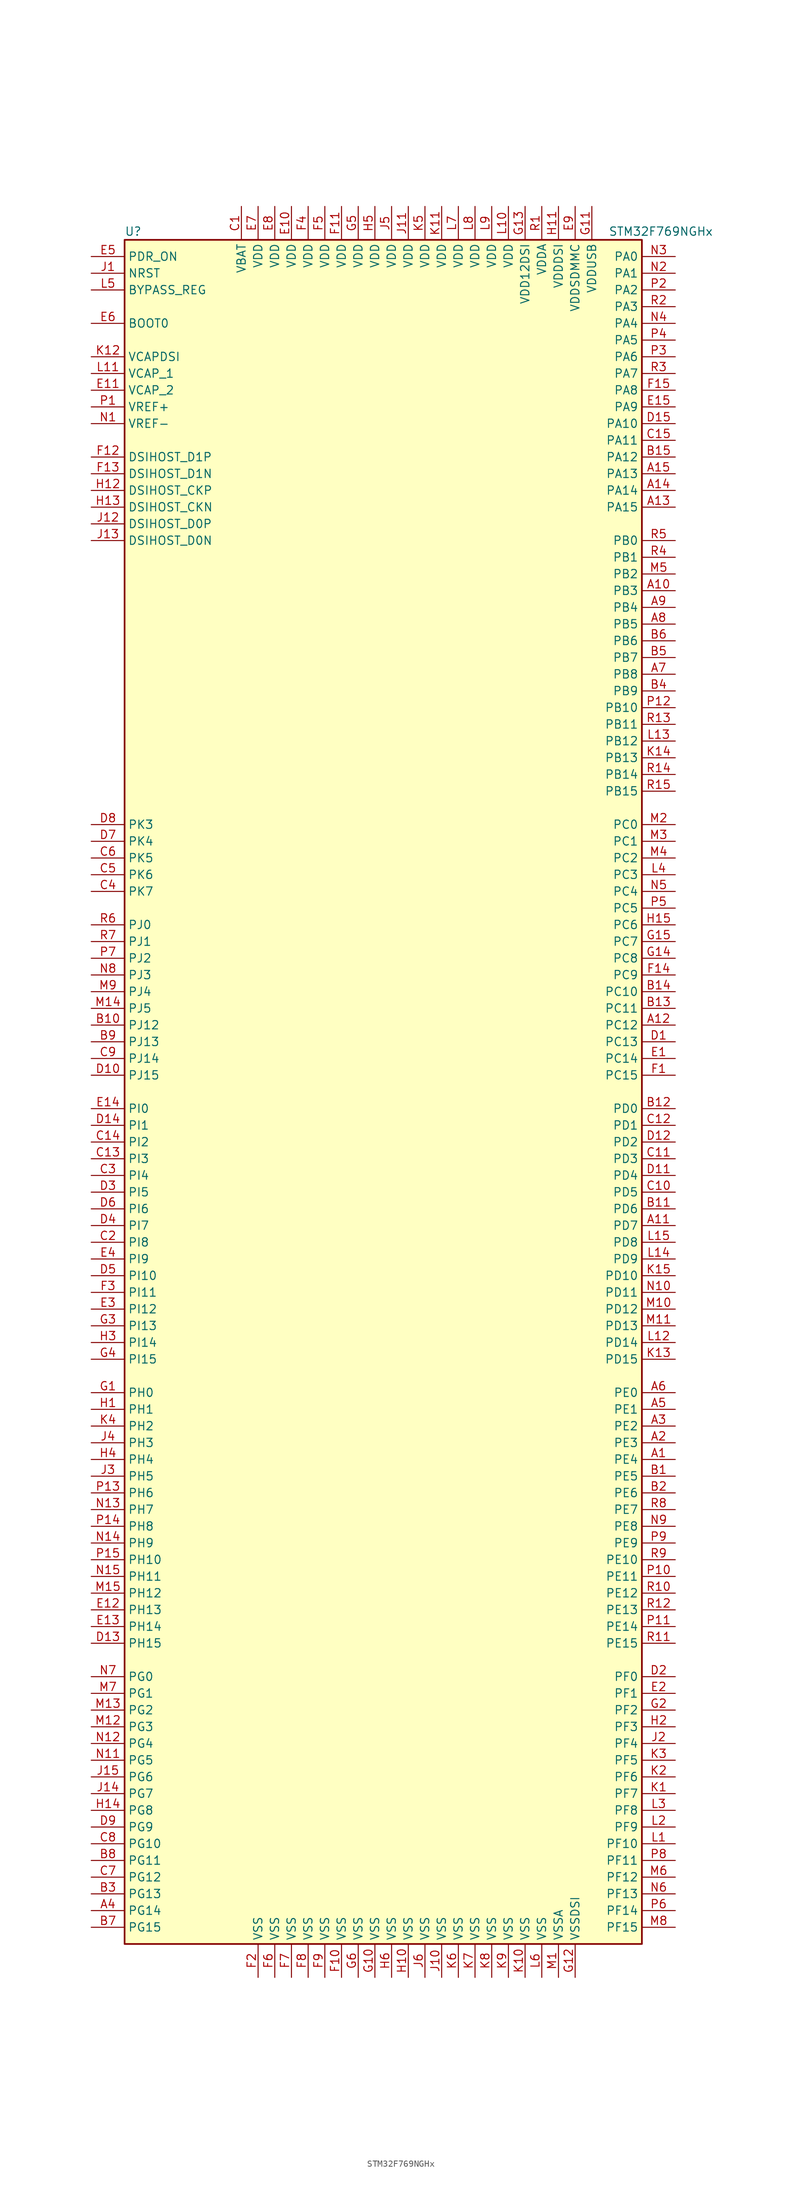
<source format=kicad_sym>
(kicad_symbol_lib
  (version 20201005)
  (generator kicad_symbol_editor)
  (symbol "MCU_ST_STM32F7:STM32F769NGHx"
    (property "Reference" "U"
      (at -40.64 130.81 0)
      (effects (font (size 1.27 1.27)) (justify left)))
    (property "Value" "STM32F769NGHx"
      (at 33.02 130.81 0)
      (effects (font (size 1.27 1.27)) (justify left)))
    (symbol "STM32F769NGHx_0_1"
      (rectangle (start -40.64 -129.54) (end 38.1 129.54) (stroke (width 0.254)) (fill (type background))))
    (symbol "STM32F769NGHx_1_1"
      (pin input line (at -45.72 116.84 0) (length 5.08) (name "BOOT0" (effects (font (size 1.27 1.27)))) (number "E6" (effects (font (size 1.27 1.27)))))
      (pin input line (at -45.72 121.92 0) (length 5.08) (name "BYPASS_REG" (effects (font (size 1.27 1.27)))) (number "L5" (effects (font (size 1.27 1.27)))))
      (pin bidirectional line (at -45.72 88.9 0) (length 5.08) (name "DSIHOST_CKN" (effects (font (size 1.27 1.27)))) (number "H13" (effects (font (size 1.27 1.27)))))
      (pin bidirectional line (at -45.72 91.44 0) (length 5.08) (name "DSIHOST_CKP" (effects (font (size 1.27 1.27)))) (number "H12" (effects (font (size 1.27 1.27)))))
      (pin bidirectional line (at -45.72 83.82 0) (length 5.08) (name "DSIHOST_D0N" (effects (font (size 1.27 1.27)))) (number "J13" (effects (font (size 1.27 1.27)))))
      (pin bidirectional line (at -45.72 86.36 0) (length 5.08) (name "DSIHOST_D0P" (effects (font (size 1.27 1.27)))) (number "J12" (effects (font (size 1.27 1.27)))))
      (pin bidirectional line (at -45.72 93.98 0) (length 5.08) (name "DSIHOST_D1N" (effects (font (size 1.27 1.27)))) (number "F13" (effects (font (size 1.27 1.27)))))
      (pin bidirectional line (at -45.72 96.52 0) (length 5.08) (name "DSIHOST_D1P" (effects (font (size 1.27 1.27)))) (number "F12" (effects (font (size 1.27 1.27)))))
      (pin input line (at -45.72 124.46 0) (length 5.08) (name "NRST" (effects (font (size 1.27 1.27)))) (number "J1" (effects (font (size 1.27 1.27)))))
      (pin bidirectional line (at 43.18 127 180) (length 5.08) (name "PA0" (effects (font (size 1.27 1.27)))) (number "N3" (effects (font (size 1.27 1.27)))))
      (pin bidirectional line (at 43.18 124.46 180) (length 5.08) (name "PA1" (effects (font (size 1.27 1.27)))) (number "N2" (effects (font (size 1.27 1.27)))))
      (pin bidirectional line (at 43.18 101.6 180) (length 5.08) (name "PA10" (effects (font (size 1.27 1.27)))) (number "D15" (effects (font (size 1.27 1.27)))))
      (pin bidirectional line (at 43.18 99.06 180) (length 5.08) (name "PA11" (effects (font (size 1.27 1.27)))) (number "C15" (effects (font (size 1.27 1.27)))))
      (pin bidirectional line (at 43.18 96.52 180) (length 5.08) (name "PA12" (effects (font (size 1.27 1.27)))) (number "B15" (effects (font (size 1.27 1.27)))))
      (pin bidirectional line (at 43.18 93.98 180) (length 5.08) (name "PA13" (effects (font (size 1.27 1.27)))) (number "A15" (effects (font (size 1.27 1.27)))))
      (pin bidirectional line (at 43.18 91.44 180) (length 5.08) (name "PA14" (effects (font (size 1.27 1.27)))) (number "A14" (effects (font (size 1.27 1.27)))))
      (pin bidirectional line (at 43.18 88.9 180) (length 5.08) (name "PA15" (effects (font (size 1.27 1.27)))) (number "A13" (effects (font (size 1.27 1.27)))))
      (pin bidirectional line (at 43.18 121.92 180) (length 5.08) (name "PA2" (effects (font (size 1.27 1.27)))) (number "P2" (effects (font (size 1.27 1.27)))))
      (pin bidirectional line (at 43.18 119.38 180) (length 5.08) (name "PA3" (effects (font (size 1.27 1.27)))) (number "R2" (effects (font (size 1.27 1.27)))))
      (pin bidirectional line (at 43.18 116.84 180) (length 5.08) (name "PA4" (effects (font (size 1.27 1.27)))) (number "N4" (effects (font (size 1.27 1.27)))))
      (pin bidirectional line (at 43.18 114.3 180) (length 5.08) (name "PA5" (effects (font (size 1.27 1.27)))) (number "P4" (effects (font (size 1.27 1.27)))))
      (pin bidirectional line (at 43.18 111.76 180) (length 5.08) (name "PA6" (effects (font (size 1.27 1.27)))) (number "P3" (effects (font (size 1.27 1.27)))))
      (pin bidirectional line (at 43.18 109.22 180) (length 5.08) (name "PA7" (effects (font (size 1.27 1.27)))) (number "R3" (effects (font (size 1.27 1.27)))))
      (pin bidirectional line (at 43.18 106.68 180) (length 5.08) (name "PA8" (effects (font (size 1.27 1.27)))) (number "F15" (effects (font (size 1.27 1.27)))))
      (pin bidirectional line (at 43.18 104.14 180) (length 5.08) (name "PA9" (effects (font (size 1.27 1.27)))) (number "E15" (effects (font (size 1.27 1.27)))))
      (pin bidirectional line (at 43.18 83.82 180) (length 5.08) (name "PB0" (effects (font (size 1.27 1.27)))) (number "R5" (effects (font (size 1.27 1.27)))))
      (pin bidirectional line (at 43.18 81.28 180) (length 5.08) (name "PB1" (effects (font (size 1.27 1.27)))) (number "R4" (effects (font (size 1.27 1.27)))))
      (pin bidirectional line (at 43.18 58.42 180) (length 5.08) (name "PB10" (effects (font (size 1.27 1.27)))) (number "P12" (effects (font (size 1.27 1.27)))))
      (pin bidirectional line (at 43.18 55.88 180) (length 5.08) (name "PB11" (effects (font (size 1.27 1.27)))) (number "R13" (effects (font (size 1.27 1.27)))))
      (pin bidirectional line (at 43.18 53.34 180) (length 5.08) (name "PB12" (effects (font (size 1.27 1.27)))) (number "L13" (effects (font (size 1.27 1.27)))))
      (pin bidirectional line (at 43.18 50.8 180) (length 5.08) (name "PB13" (effects (font (size 1.27 1.27)))) (number "K14" (effects (font (size 1.27 1.27)))))
      (pin bidirectional line (at 43.18 48.26 180) (length 5.08) (name "PB14" (effects (font (size 1.27 1.27)))) (number "R14" (effects (font (size 1.27 1.27)))))
      (pin bidirectional line (at 43.18 45.72 180) (length 5.08) (name "PB15" (effects (font (size 1.27 1.27)))) (number "R15" (effects (font (size 1.27 1.27)))))
      (pin bidirectional line (at 43.18 78.74 180) (length 5.08) (name "PB2" (effects (font (size 1.27 1.27)))) (number "M5" (effects (font (size 1.27 1.27)))))
      (pin bidirectional line (at 43.18 76.2 180) (length 5.08) (name "PB3" (effects (font (size 1.27 1.27)))) (number "A10" (effects (font (size 1.27 1.27)))))
      (pin bidirectional line (at 43.18 73.66 180) (length 5.08) (name "PB4" (effects (font (size 1.27 1.27)))) (number "A9" (effects (font (size 1.27 1.27)))))
      (pin bidirectional line (at 43.18 71.12 180) (length 5.08) (name "PB5" (effects (font (size 1.27 1.27)))) (number "A8" (effects (font (size 1.27 1.27)))))
      (pin bidirectional line (at 43.18 68.58 180) (length 5.08) (name "PB6" (effects (font (size 1.27 1.27)))) (number "B6" (effects (font (size 1.27 1.27)))))
      (pin bidirectional line (at 43.18 66.04 180) (length 5.08) (name "PB7" (effects (font (size 1.27 1.27)))) (number "B5" (effects (font (size 1.27 1.27)))))
      (pin bidirectional line (at 43.18 63.5 180) (length 5.08) (name "PB8" (effects (font (size 1.27 1.27)))) (number "A7" (effects (font (size 1.27 1.27)))))
      (pin bidirectional line (at 43.18 60.96 180) (length 5.08) (name "PB9" (effects (font (size 1.27 1.27)))) (number "B4" (effects (font (size 1.27 1.27)))))
      (pin bidirectional line (at 43.18 40.64 180) (length 5.08) (name "PC0" (effects (font (size 1.27 1.27)))) (number "M2" (effects (font (size 1.27 1.27)))))
      (pin bidirectional line (at 43.18 38.1 180) (length 5.08) (name "PC1" (effects (font (size 1.27 1.27)))) (number "M3" (effects (font (size 1.27 1.27)))))
      (pin bidirectional line (at 43.18 15.24 180) (length 5.08) (name "PC10" (effects (font (size 1.27 1.27)))) (number "B14" (effects (font (size 1.27 1.27)))))
      (pin bidirectional line (at 43.18 12.7 180) (length 5.08) (name "PC11" (effects (font (size 1.27 1.27)))) (number "B13" (effects (font (size 1.27 1.27)))))
      (pin bidirectional line (at 43.18 10.16 180) (length 5.08) (name "PC12" (effects (font (size 1.27 1.27)))) (number "A12" (effects (font (size 1.27 1.27)))))
      (pin bidirectional line (at 43.18 7.62 180) (length 5.08) (name "PC13" (effects (font (size 1.27 1.27)))) (number "D1" (effects (font (size 1.27 1.27)))))
      (pin bidirectional line (at 43.18 5.08 180) (length 5.08) (name "PC14" (effects (font (size 1.27 1.27)))) (number "E1" (effects (font (size 1.27 1.27)))))
      (pin bidirectional line (at 43.18 2.54 180) (length 5.08) (name "PC15" (effects (font (size 1.27 1.27)))) (number "F1" (effects (font (size 1.27 1.27)))))
      (pin bidirectional line (at 43.18 35.56 180) (length 5.08) (name "PC2" (effects (font (size 1.27 1.27)))) (number "M4" (effects (font (size 1.27 1.27)))))
      (pin bidirectional line (at 43.18 33.02 180) (length 5.08) (name "PC3" (effects (font (size 1.27 1.27)))) (number "L4" (effects (font (size 1.27 1.27)))))
      (pin bidirectional line (at 43.18 30.48 180) (length 5.08) (name "PC4" (effects (font (size 1.27 1.27)))) (number "N5" (effects (font (size 1.27 1.27)))))
      (pin bidirectional line (at 43.18 27.94 180) (length 5.08) (name "PC5" (effects (font (size 1.27 1.27)))) (number "P5" (effects (font (size 1.27 1.27)))))
      (pin bidirectional line (at 43.18 25.4 180) (length 5.08) (name "PC6" (effects (font (size 1.27 1.27)))) (number "H15" (effects (font (size 1.27 1.27)))))
      (pin bidirectional line (at 43.18 22.86 180) (length 5.08) (name "PC7" (effects (font (size 1.27 1.27)))) (number "G15" (effects (font (size 1.27 1.27)))))
      (pin bidirectional line (at 43.18 20.32 180) (length 5.08) (name "PC8" (effects (font (size 1.27 1.27)))) (number "G14" (effects (font (size 1.27 1.27)))))
      (pin bidirectional line (at 43.18 17.78 180) (length 5.08) (name "PC9" (effects (font (size 1.27 1.27)))) (number "F14" (effects (font (size 1.27 1.27)))))
      (pin bidirectional line (at 43.18 -2.54 180) (length 5.08) (name "PD0" (effects (font (size 1.27 1.27)))) (number "B12" (effects (font (size 1.27 1.27)))))
      (pin bidirectional line (at 43.18 -5.08 180) (length 5.08) (name "PD1" (effects (font (size 1.27 1.27)))) (number "C12" (effects (font (size 1.27 1.27)))))
      (pin bidirectional line (at 43.18 -27.94 180) (length 5.08) (name "PD10" (effects (font (size 1.27 1.27)))) (number "K15" (effects (font (size 1.27 1.27)))))
      (pin bidirectional line (at 43.18 -30.48 180) (length 5.08) (name "PD11" (effects (font (size 1.27 1.27)))) (number "N10" (effects (font (size 1.27 1.27)))))
      (pin bidirectional line (at 43.18 -33.02 180) (length 5.08) (name "PD12" (effects (font (size 1.27 1.27)))) (number "M10" (effects (font (size 1.27 1.27)))))
      (pin bidirectional line (at 43.18 -35.56 180) (length 5.08) (name "PD13" (effects (font (size 1.27 1.27)))) (number "M11" (effects (font (size 1.27 1.27)))))
      (pin bidirectional line (at 43.18 -38.1 180) (length 5.08) (name "PD14" (effects (font (size 1.27 1.27)))) (number "L12" (effects (font (size 1.27 1.27)))))
      (pin bidirectional line (at 43.18 -40.64 180) (length 5.08) (name "PD15" (effects (font (size 1.27 1.27)))) (number "K13" (effects (font (size 1.27 1.27)))))
      (pin bidirectional line (at 43.18 -7.62 180) (length 5.08) (name "PD2" (effects (font (size 1.27 1.27)))) (number "D12" (effects (font (size 1.27 1.27)))))
      (pin bidirectional line (at 43.18 -10.16 180) (length 5.08) (name "PD3" (effects (font (size 1.27 1.27)))) (number "C11" (effects (font (size 1.27 1.27)))))
      (pin bidirectional line (at 43.18 -12.7 180) (length 5.08) (name "PD4" (effects (font (size 1.27 1.27)))) (number "D11" (effects (font (size 1.27 1.27)))))
      (pin bidirectional line (at 43.18 -15.24 180) (length 5.08) (name "PD5" (effects (font (size 1.27 1.27)))) (number "C10" (effects (font (size 1.27 1.27)))))
      (pin bidirectional line (at 43.18 -17.78 180) (length 5.08) (name "PD6" (effects (font (size 1.27 1.27)))) (number "B11" (effects (font (size 1.27 1.27)))))
      (pin bidirectional line (at 43.18 -20.32 180) (length 5.08) (name "PD7" (effects (font (size 1.27 1.27)))) (number "A11" (effects (font (size 1.27 1.27)))))
      (pin bidirectional line (at 43.18 -22.86 180) (length 5.08) (name "PD8" (effects (font (size 1.27 1.27)))) (number "L15" (effects (font (size 1.27 1.27)))))
      (pin bidirectional line (at 43.18 -25.4 180) (length 5.08) (name "PD9" (effects (font (size 1.27 1.27)))) (number "L14" (effects (font (size 1.27 1.27)))))
      (pin input line (at -45.72 127 0) (length 5.08) (name "PDR_ON" (effects (font (size 1.27 1.27)))) (number "E5" (effects (font (size 1.27 1.27)))))
      (pin bidirectional line (at 43.18 -45.72 180) (length 5.08) (name "PE0" (effects (font (size 1.27 1.27)))) (number "A6" (effects (font (size 1.27 1.27)))))
      (pin bidirectional line (at 43.18 -48.26 180) (length 5.08) (name "PE1" (effects (font (size 1.27 1.27)))) (number "A5" (effects (font (size 1.27 1.27)))))
      (pin bidirectional line (at 43.18 -71.12 180) (length 5.08) (name "PE10" (effects (font (size 1.27 1.27)))) (number "R9" (effects (font (size 1.27 1.27)))))
      (pin bidirectional line (at 43.18 -73.66 180) (length 5.08) (name "PE11" (effects (font (size 1.27 1.27)))) (number "P10" (effects (font (size 1.27 1.27)))))
      (pin bidirectional line (at 43.18 -76.2 180) (length 5.08) (name "PE12" (effects (font (size 1.27 1.27)))) (number "R10" (effects (font (size 1.27 1.27)))))
      (pin bidirectional line (at 43.18 -78.74 180) (length 5.08) (name "PE13" (effects (font (size 1.27 1.27)))) (number "R12" (effects (font (size 1.27 1.27)))))
      (pin bidirectional line (at 43.18 -81.28 180) (length 5.08) (name "PE14" (effects (font (size 1.27 1.27)))) (number "P11" (effects (font (size 1.27 1.27)))))
      (pin bidirectional line (at 43.18 -83.82 180) (length 5.08) (name "PE15" (effects (font (size 1.27 1.27)))) (number "R11" (effects (font (size 1.27 1.27)))))
      (pin bidirectional line (at 43.18 -50.8 180) (length 5.08) (name "PE2" (effects (font (size 1.27 1.27)))) (number "A3" (effects (font (size 1.27 1.27)))))
      (pin bidirectional line (at 43.18 -53.34 180) (length 5.08) (name "PE3" (effects (font (size 1.27 1.27)))) (number "A2" (effects (font (size 1.27 1.27)))))
      (pin bidirectional line (at 43.18 -55.88 180) (length 5.08) (name "PE4" (effects (font (size 1.27 1.27)))) (number "A1" (effects (font (size 1.27 1.27)))))
      (pin bidirectional line (at 43.18 -58.42 180) (length 5.08) (name "PE5" (effects (font (size 1.27 1.27)))) (number "B1" (effects (font (size 1.27 1.27)))))
      (pin bidirectional line (at 43.18 -60.96 180) (length 5.08) (name "PE6" (effects (font (size 1.27 1.27)))) (number "B2" (effects (font (size 1.27 1.27)))))
      (pin bidirectional line (at 43.18 -63.5 180) (length 5.08) (name "PE7" (effects (font (size 1.27 1.27)))) (number "R8" (effects (font (size 1.27 1.27)))))
      (pin bidirectional line (at 43.18 -66.04 180) (length 5.08) (name "PE8" (effects (font (size 1.27 1.27)))) (number "N9" (effects (font (size 1.27 1.27)))))
      (pin bidirectional line (at 43.18 -68.58 180) (length 5.08) (name "PE9" (effects (font (size 1.27 1.27)))) (number "P9" (effects (font (size 1.27 1.27)))))
      (pin bidirectional line (at 43.18 -88.9 180) (length 5.08) (name "PF0" (effects (font (size 1.27 1.27)))) (number "D2" (effects (font (size 1.27 1.27)))))
      (pin bidirectional line (at 43.18 -91.44 180) (length 5.08) (name "PF1" (effects (font (size 1.27 1.27)))) (number "E2" (effects (font (size 1.27 1.27)))))
      (pin bidirectional line (at 43.18 -114.3 180) (length 5.08) (name "PF10" (effects (font (size 1.27 1.27)))) (number "L1" (effects (font (size 1.27 1.27)))))
      (pin bidirectional line (at 43.18 -116.84 180) (length 5.08) (name "PF11" (effects (font (size 1.27 1.27)))) (number "P8" (effects (font (size 1.27 1.27)))))
      (pin bidirectional line (at 43.18 -119.38 180) (length 5.08) (name "PF12" (effects (font (size 1.27 1.27)))) (number "M6" (effects (font (size 1.27 1.27)))))
      (pin bidirectional line (at 43.18 -121.92 180) (length 5.08) (name "PF13" (effects (font (size 1.27 1.27)))) (number "N6" (effects (font (size 1.27 1.27)))))
      (pin bidirectional line (at 43.18 -124.46 180) (length 5.08) (name "PF14" (effects (font (size 1.27 1.27)))) (number "P6" (effects (font (size 1.27 1.27)))))
      (pin bidirectional line (at 43.18 -127 180) (length 5.08) (name "PF15" (effects (font (size 1.27 1.27)))) (number "M8" (effects (font (size 1.27 1.27)))))
      (pin bidirectional line (at 43.18 -93.98 180) (length 5.08) (name "PF2" (effects (font (size 1.27 1.27)))) (number "G2" (effects (font (size 1.27 1.27)))))
      (pin bidirectional line (at 43.18 -96.52 180) (length 5.08) (name "PF3" (effects (font (size 1.27 1.27)))) (number "H2" (effects (font (size 1.27 1.27)))))
      (pin bidirectional line (at 43.18 -99.06 180) (length 5.08) (name "PF4" (effects (font (size 1.27 1.27)))) (number "J2" (effects (font (size 1.27 1.27)))))
      (pin bidirectional line (at 43.18 -101.6 180) (length 5.08) (name "PF5" (effects (font (size 1.27 1.27)))) (number "K3" (effects (font (size 1.27 1.27)))))
      (pin bidirectional line (at 43.18 -104.14 180) (length 5.08) (name "PF6" (effects (font (size 1.27 1.27)))) (number "K2" (effects (font (size 1.27 1.27)))))
      (pin bidirectional line (at 43.18 -106.68 180) (length 5.08) (name "PF7" (effects (font (size 1.27 1.27)))) (number "K1" (effects (font (size 1.27 1.27)))))
      (pin bidirectional line (at 43.18 -109.22 180) (length 5.08) (name "PF8" (effects (font (size 1.27 1.27)))) (number "L3" (effects (font (size 1.27 1.27)))))
      (pin bidirectional line (at 43.18 -111.76 180) (length 5.08) (name "PF9" (effects (font (size 1.27 1.27)))) (number "L2" (effects (font (size 1.27 1.27)))))
      (pin bidirectional line (at -45.72 -88.9 0) (length 5.08) (name "PG0" (effects (font (size 1.27 1.27)))) (number "N7" (effects (font (size 1.27 1.27)))))
      (pin bidirectional line (at -45.72 -91.44 0) (length 5.08) (name "PG1" (effects (font (size 1.27 1.27)))) (number "M7" (effects (font (size 1.27 1.27)))))
      (pin bidirectional line (at -45.72 -114.3 0) (length 5.08) (name "PG10" (effects (font (size 1.27 1.27)))) (number "C8" (effects (font (size 1.27 1.27)))))
      (pin bidirectional line (at -45.72 -116.84 0) (length 5.08) (name "PG11" (effects (font (size 1.27 1.27)))) (number "B8" (effects (font (size 1.27 1.27)))))
      (pin bidirectional line (at -45.72 -119.38 0) (length 5.08) (name "PG12" (effects (font (size 1.27 1.27)))) (number "C7" (effects (font (size 1.27 1.27)))))
      (pin bidirectional line (at -45.72 -121.92 0) (length 5.08) (name "PG13" (effects (font (size 1.27 1.27)))) (number "B3" (effects (font (size 1.27 1.27)))))
      (pin bidirectional line (at -45.72 -124.46 0) (length 5.08) (name "PG14" (effects (font (size 1.27 1.27)))) (number "A4" (effects (font (size 1.27 1.27)))))
      (pin bidirectional line (at -45.72 -127 0) (length 5.08) (name "PG15" (effects (font (size 1.27 1.27)))) (number "B7" (effects (font (size 1.27 1.27)))))
      (pin bidirectional line (at -45.72 -93.98 0) (length 5.08) (name "PG2" (effects (font (size 1.27 1.27)))) (number "M13" (effects (font (size 1.27 1.27)))))
      (pin bidirectional line (at -45.72 -96.52 0) (length 5.08) (name "PG3" (effects (font (size 1.27 1.27)))) (number "M12" (effects (font (size 1.27 1.27)))))
      (pin bidirectional line (at -45.72 -99.06 0) (length 5.08) (name "PG4" (effects (font (size 1.27 1.27)))) (number "N12" (effects (font (size 1.27 1.27)))))
      (pin bidirectional line (at -45.72 -101.6 0) (length 5.08) (name "PG5" (effects (font (size 1.27 1.27)))) (number "N11" (effects (font (size 1.27 1.27)))))
      (pin bidirectional line (at -45.72 -104.14 0) (length 5.08) (name "PG6" (effects (font (size 1.27 1.27)))) (number "J15" (effects (font (size 1.27 1.27)))))
      (pin bidirectional line (at -45.72 -106.68 0) (length 5.08) (name "PG7" (effects (font (size 1.27 1.27)))) (number "J14" (effects (font (size 1.27 1.27)))))
      (pin bidirectional line (at -45.72 -109.22 0) (length 5.08) (name "PG8" (effects (font (size 1.27 1.27)))) (number "H14" (effects (font (size 1.27 1.27)))))
      (pin bidirectional line (at -45.72 -111.76 0) (length 5.08) (name "PG9" (effects (font (size 1.27 1.27)))) (number "D9" (effects (font (size 1.27 1.27)))))
      (pin input line (at -45.72 -45.72 0) (length 5.08) (name "PH0" (effects (font (size 1.27 1.27)))) (number "G1" (effects (font (size 1.27 1.27)))))
      (pin input line (at -45.72 -48.26 0) (length 5.08) (name "PH1" (effects (font (size 1.27 1.27)))) (number "H1" (effects (font (size 1.27 1.27)))))
      (pin bidirectional line (at -45.72 -71.12 0) (length 5.08) (name "PH10" (effects (font (size 1.27 1.27)))) (number "P15" (effects (font (size 1.27 1.27)))))
      (pin bidirectional line (at -45.72 -73.66 0) (length 5.08) (name "PH11" (effects (font (size 1.27 1.27)))) (number "N15" (effects (font (size 1.27 1.27)))))
      (pin bidirectional line (at -45.72 -76.2 0) (length 5.08) (name "PH12" (effects (font (size 1.27 1.27)))) (number "M15" (effects (font (size 1.27 1.27)))))
      (pin bidirectional line (at -45.72 -78.74 0) (length 5.08) (name "PH13" (effects (font (size 1.27 1.27)))) (number "E12" (effects (font (size 1.27 1.27)))))
      (pin bidirectional line (at -45.72 -81.28 0) (length 5.08) (name "PH14" (effects (font (size 1.27 1.27)))) (number "E13" (effects (font (size 1.27 1.27)))))
      (pin bidirectional line (at -45.72 -83.82 0) (length 5.08) (name "PH15" (effects (font (size 1.27 1.27)))) (number "D13" (effects (font (size 1.27 1.27)))))
      (pin bidirectional line (at -45.72 -50.8 0) (length 5.08) (name "PH2" (effects (font (size 1.27 1.27)))) (number "K4" (effects (font (size 1.27 1.27)))))
      (pin bidirectional line (at -45.72 -53.34 0) (length 5.08) (name "PH3" (effects (font (size 1.27 1.27)))) (number "J4" (effects (font (size 1.27 1.27)))))
      (pin bidirectional line (at -45.72 -55.88 0) (length 5.08) (name "PH4" (effects (font (size 1.27 1.27)))) (number "H4" (effects (font (size 1.27 1.27)))))
      (pin bidirectional line (at -45.72 -58.42 0) (length 5.08) (name "PH5" (effects (font (size 1.27 1.27)))) (number "J3" (effects (font (size 1.27 1.27)))))
      (pin bidirectional line (at -45.72 -60.96 0) (length 5.08) (name "PH6" (effects (font (size 1.27 1.27)))) (number "P13" (effects (font (size 1.27 1.27)))))
      (pin bidirectional line (at -45.72 -63.5 0) (length 5.08) (name "PH7" (effects (font (size 1.27 1.27)))) (number "N13" (effects (font (size 1.27 1.27)))))
      (pin bidirectional line (at -45.72 -66.04 0) (length 5.08) (name "PH8" (effects (font (size 1.27 1.27)))) (number "P14" (effects (font (size 1.27 1.27)))))
      (pin bidirectional line (at -45.72 -68.58 0) (length 5.08) (name "PH9" (effects (font (size 1.27 1.27)))) (number "N14" (effects (font (size 1.27 1.27)))))
      (pin bidirectional line (at -45.72 -2.54 0) (length 5.08) (name "PI0" (effects (font (size 1.27 1.27)))) (number "E14" (effects (font (size 1.27 1.27)))))
      (pin bidirectional line (at -45.72 -5.08 0) (length 5.08) (name "PI1" (effects (font (size 1.27 1.27)))) (number "D14" (effects (font (size 1.27 1.27)))))
      (pin bidirectional line (at -45.72 -27.94 0) (length 5.08) (name "PI10" (effects (font (size 1.27 1.27)))) (number "D5" (effects (font (size 1.27 1.27)))))
      (pin bidirectional line (at -45.72 -30.48 0) (length 5.08) (name "PI11" (effects (font (size 1.27 1.27)))) (number "F3" (effects (font (size 1.27 1.27)))))
      (pin bidirectional line (at -45.72 -33.02 0) (length 5.08) (name "PI12" (effects (font (size 1.27 1.27)))) (number "E3" (effects (font (size 1.27 1.27)))))
      (pin bidirectional line (at -45.72 -35.56 0) (length 5.08) (name "PI13" (effects (font (size 1.27 1.27)))) (number "G3" (effects (font (size 1.27 1.27)))))
      (pin bidirectional line (at -45.72 -38.1 0) (length 5.08) (name "PI14" (effects (font (size 1.27 1.27)))) (number "H3" (effects (font (size 1.27 1.27)))))
      (pin bidirectional line (at -45.72 -40.64 0) (length 5.08) (name "PI15" (effects (font (size 1.27 1.27)))) (number "G4" (effects (font (size 1.27 1.27)))))
      (pin bidirectional line (at -45.72 -7.62 0) (length 5.08) (name "PI2" (effects (font (size 1.27 1.27)))) (number "C14" (effects (font (size 1.27 1.27)))))
      (pin bidirectional line (at -45.72 -10.16 0) (length 5.08) (name "PI3" (effects (font (size 1.27 1.27)))) (number "C13" (effects (font (size 1.27 1.27)))))
      (pin bidirectional line (at -45.72 -12.7 0) (length 5.08) (name "PI4" (effects (font (size 1.27 1.27)))) (number "C3" (effects (font (size 1.27 1.27)))))
      (pin bidirectional line (at -45.72 -15.24 0) (length 5.08) (name "PI5" (effects (font (size 1.27 1.27)))) (number "D3" (effects (font (size 1.27 1.27)))))
      (pin bidirectional line (at -45.72 -17.78 0) (length 5.08) (name "PI6" (effects (font (size 1.27 1.27)))) (number "D6" (effects (font (size 1.27 1.27)))))
      (pin bidirectional line (at -45.72 -20.32 0) (length 5.08) (name "PI7" (effects (font (size 1.27 1.27)))) (number "D4" (effects (font (size 1.27 1.27)))))
      (pin bidirectional line (at -45.72 -22.86 0) (length 5.08) (name "PI8" (effects (font (size 1.27 1.27)))) (number "C2" (effects (font (size 1.27 1.27)))))
      (pin bidirectional line (at -45.72 -25.4 0) (length 5.08) (name "PI9" (effects (font (size 1.27 1.27)))) (number "E4" (effects (font (size 1.27 1.27)))))
      (pin bidirectional line (at -45.72 25.4 0) (length 5.08) (name "PJ0" (effects (font (size 1.27 1.27)))) (number "R6" (effects (font (size 1.27 1.27)))))
      (pin bidirectional line (at -45.72 22.86 0) (length 5.08) (name "PJ1" (effects (font (size 1.27 1.27)))) (number "R7" (effects (font (size 1.27 1.27)))))
      (pin bidirectional line (at -45.72 10.16 0) (length 5.08) (name "PJ12" (effects (font (size 1.27 1.27)))) (number "B10" (effects (font (size 1.27 1.27)))))
      (pin bidirectional line (at -45.72 7.62 0) (length 5.08) (name "PJ13" (effects (font (size 1.27 1.27)))) (number "B9" (effects (font (size 1.27 1.27)))))
      (pin bidirectional line (at -45.72 5.08 0) (length 5.08) (name "PJ14" (effects (font (size 1.27 1.27)))) (number "C9" (effects (font (size 1.27 1.27)))))
      (pin bidirectional line (at -45.72 2.54 0) (length 5.08) (name "PJ15" (effects (font (size 1.27 1.27)))) (number "D10" (effects (font (size 1.27 1.27)))))
      (pin bidirectional line (at -45.72 20.32 0) (length 5.08) (name "PJ2" (effects (font (size 1.27 1.27)))) (number "P7" (effects (font (size 1.27 1.27)))))
      (pin bidirectional line (at -45.72 17.78 0) (length 5.08) (name "PJ3" (effects (font (size 1.27 1.27)))) (number "N8" (effects (font (size 1.27 1.27)))))
      (pin bidirectional line (at -45.72 15.24 0) (length 5.08) (name "PJ4" (effects (font (size 1.27 1.27)))) (number "M9" (effects (font (size 1.27 1.27)))))
      (pin bidirectional line (at -45.72 12.7 0) (length 5.08) (name "PJ5" (effects (font (size 1.27 1.27)))) (number "M14" (effects (font (size 1.27 1.27)))))
      (pin bidirectional line (at -45.72 40.64 0) (length 5.08) (name "PK3" (effects (font (size 1.27 1.27)))) (number "D8" (effects (font (size 1.27 1.27)))))
      (pin bidirectional line (at -45.72 38.1 0) (length 5.08) (name "PK4" (effects (font (size 1.27 1.27)))) (number "D7" (effects (font (size 1.27 1.27)))))
      (pin bidirectional line (at -45.72 35.56 0) (length 5.08) (name "PK5" (effects (font (size 1.27 1.27)))) (number "C6" (effects (font (size 1.27 1.27)))))
      (pin bidirectional line (at -45.72 33.02 0) (length 5.08) (name "PK6" (effects (font (size 1.27 1.27)))) (number "C5" (effects (font (size 1.27 1.27)))))
      (pin bidirectional line (at -45.72 30.48 0) (length 5.08) (name "PK7" (effects (font (size 1.27 1.27)))) (number "C4" (effects (font (size 1.27 1.27)))))
      (pin power_in line (at -22.86 134.62 270) (length 5.08) (name "VBAT" (effects (font (size 1.27 1.27)))) (number "C1" (effects (font (size 1.27 1.27)))))
      (pin power_in line (at -45.72 111.76 0) (length 5.08) (name "VCAPDSI" (effects (font (size 1.27 1.27)))) (number "K12" (effects (font (size 1.27 1.27)))))
      (pin power_in line (at -45.72 109.22 0) (length 5.08) (name "VCAP_1" (effects (font (size 1.27 1.27)))) (number "L11" (effects (font (size 1.27 1.27)))))
      (pin power_in line (at -45.72 106.68 0) (length 5.08) (name "VCAP_2" (effects (font (size 1.27 1.27)))) (number "E11" (effects (font (size 1.27 1.27)))))
      (pin power_in line (at -15.24 134.62 270) (length 5.08) (name "VDD" (effects (font (size 1.27 1.27)))) (number "E10" (effects (font (size 1.27 1.27)))))
      (pin power_in line (at -20.32 134.62 270) (length 5.08) (name "VDD" (effects (font (size 1.27 1.27)))) (number "E7" (effects (font (size 1.27 1.27)))))
      (pin power_in line (at -17.78 134.62 270) (length 5.08) (name "VDD" (effects (font (size 1.27 1.27)))) (number "E8" (effects (font (size 1.27 1.27)))))
      (pin power_in line (at -7.62 134.62 270) (length 5.08) (name "VDD" (effects (font (size 1.27 1.27)))) (number "F11" (effects (font (size 1.27 1.27)))))
      (pin power_in line (at -12.7 134.62 270) (length 5.08) (name "VDD" (effects (font (size 1.27 1.27)))) (number "F4" (effects (font (size 1.27 1.27)))))
      (pin power_in line (at -10.16 134.62 270) (length 5.08) (name "VDD" (effects (font (size 1.27 1.27)))) (number "F5" (effects (font (size 1.27 1.27)))))
      (pin power_in line (at -5.08 134.62 270) (length 5.08) (name "VDD" (effects (font (size 1.27 1.27)))) (number "G5" (effects (font (size 1.27 1.27)))))
      (pin power_in line (at -2.54 134.62 270) (length 5.08) (name "VDD" (effects (font (size 1.27 1.27)))) (number "H5" (effects (font (size 1.27 1.27)))))
      (pin power_in line (at 2.54 134.62 270) (length 5.08) (name "VDD" (effects (font (size 1.27 1.27)))) (number "J11" (effects (font (size 1.27 1.27)))))
      (pin power_in line (at 0 134.62 270) (length 5.08) (name "VDD" (effects (font (size 1.27 1.27)))) (number "J5" (effects (font (size 1.27 1.27)))))
      (pin power_in line (at 7.62 134.62 270) (length 5.08) (name "VDD" (effects (font (size 1.27 1.27)))) (number "K11" (effects (font (size 1.27 1.27)))))
      (pin power_in line (at 5.08 134.62 270) (length 5.08) (name "VDD" (effects (font (size 1.27 1.27)))) (number "K5" (effects (font (size 1.27 1.27)))))
      (pin power_in line (at 17.78 134.62 270) (length 5.08) (name "VDD" (effects (font (size 1.27 1.27)))) (number "L10" (effects (font (size 1.27 1.27)))))
      (pin power_in line (at 10.16 134.62 270) (length 5.08) (name "VDD" (effects (font (size 1.27 1.27)))) (number "L7" (effects (font (size 1.27 1.27)))))
      (pin power_in line (at 12.7 134.62 270) (length 5.08) (name "VDD" (effects (font (size 1.27 1.27)))) (number "L8" (effects (font (size 1.27 1.27)))))
      (pin power_in line (at 15.24 134.62 270) (length 5.08) (name "VDD" (effects (font (size 1.27 1.27)))) (number "L9" (effects (font (size 1.27 1.27)))))
      (pin power_in line (at 20.32 134.62 270) (length 5.08) (name "VDD12DSI" (effects (font (size 1.27 1.27)))) (number "G13" (effects (font (size 1.27 1.27)))))
      (pin power_in line (at 22.86 134.62 270) (length 5.08) (name "VDDA" (effects (font (size 1.27 1.27)))) (number "R1" (effects (font (size 1.27 1.27)))))
      (pin power_in line (at 25.4 134.62 270) (length 5.08) (name "VDDDSI" (effects (font (size 1.27 1.27)))) (number "H11" (effects (font (size 1.27 1.27)))))
      (pin power_in line (at 27.94 134.62 270) (length 5.08) (name "VDDSDMMC" (effects (font (size 1.27 1.27)))) (number "E9" (effects (font (size 1.27 1.27)))))
      (pin power_in line (at 30.48 134.62 270) (length 5.08) (name "VDDUSB" (effects (font (size 1.27 1.27)))) (number "G11" (effects (font (size 1.27 1.27)))))
      (pin power_in line (at -45.72 104.14 0) (length 5.08) (name "VREF+" (effects (font (size 1.27 1.27)))) (number "P1" (effects (font (size 1.27 1.27)))))
      (pin power_in line (at -45.72 101.6 0) (length 5.08) (name "VREF-" (effects (font (size 1.27 1.27)))) (number "N1" (effects (font (size 1.27 1.27)))))
      (pin power_in line (at -7.62 -134.62 90) (length 5.08) (name "VSS" (effects (font (size 1.27 1.27)))) (number "F10" (effects (font (size 1.27 1.27)))))
      (pin power_in line (at -20.32 -134.62 90) (length 5.08) (name "VSS" (effects (font (size 1.27 1.27)))) (number "F2" (effects (font (size 1.27 1.27)))))
      (pin power_in line (at -17.78 -134.62 90) (length 5.08) (name "VSS" (effects (font (size 1.27 1.27)))) (number "F6" (effects (font (size 1.27 1.27)))))
      (pin power_in line (at -15.24 -134.62 90) (length 5.08) (name "VSS" (effects (font (size 1.27 1.27)))) (number "F7" (effects (font (size 1.27 1.27)))))
      (pin power_in line (at -12.7 -134.62 90) (length 5.08) (name "VSS" (effects (font (size 1.27 1.27)))) (number "F8" (effects (font (size 1.27 1.27)))))
      (pin power_in line (at -10.16 -134.62 90) (length 5.08) (name "VSS" (effects (font (size 1.27 1.27)))) (number "F9" (effects (font (size 1.27 1.27)))))
      (pin power_in line (at -2.54 -134.62 90) (length 5.08) (name "VSS" (effects (font (size 1.27 1.27)))) (number "G10" (effects (font (size 1.27 1.27)))))
      (pin power_in line (at -5.08 -134.62 90) (length 5.08) (name "VSS" (effects (font (size 1.27 1.27)))) (number "G6" (effects (font (size 1.27 1.27)))))
      (pin power_in line (at 2.54 -134.62 90) (length 5.08) (name "VSS" (effects (font (size 1.27 1.27)))) (number "H10" (effects (font (size 1.27 1.27)))))
      (pin power_in line (at 0 -134.62 90) (length 5.08) (name "VSS" (effects (font (size 1.27 1.27)))) (number "H6" (effects (font (size 1.27 1.27)))))
      (pin power_in line (at 7.62 -134.62 90) (length 5.08) (name "VSS" (effects (font (size 1.27 1.27)))) (number "J10" (effects (font (size 1.27 1.27)))))
      (pin power_in line (at 5.08 -134.62 90) (length 5.08) (name "VSS" (effects (font (size 1.27 1.27)))) (number "J6" (effects (font (size 1.27 1.27)))))
      (pin power_in line (at 20.32 -134.62 90) (length 5.08) (name "VSS" (effects (font (size 1.27 1.27)))) (number "K10" (effects (font (size 1.27 1.27)))))
      (pin power_in line (at 10.16 -134.62 90) (length 5.08) (name "VSS" (effects (font (size 1.27 1.27)))) (number "K6" (effects (font (size 1.27 1.27)))))
      (pin power_in line (at 12.7 -134.62 90) (length 5.08) (name "VSS" (effects (font (size 1.27 1.27)))) (number "K7" (effects (font (size 1.27 1.27)))))
      (pin power_in line (at 15.24 -134.62 90) (length 5.08) (name "VSS" (effects (font (size 1.27 1.27)))) (number "K8" (effects (font (size 1.27 1.27)))))
      (pin power_in line (at 17.78 -134.62 90) (length 5.08) (name "VSS" (effects (font (size 1.27 1.27)))) (number "K9" (effects (font (size 1.27 1.27)))))
      (pin power_in line (at 22.86 -134.62 90) (length 5.08) (name "VSS" (effects (font (size 1.27 1.27)))) (number "L6" (effects (font (size 1.27 1.27)))))
      (pin power_in line (at 25.4 -134.62 90) (length 5.08) (name "VSSA" (effects (font (size 1.27 1.27)))) (number "M1" (effects (font (size 1.27 1.27)))))
      (pin power_in line (at 27.94 -134.62 90) (length 5.08) (name "VSSDSI" (effects (font (size 1.27 1.27)))) (number "G12" (effects (font (size 1.27 1.27))))))))
</source>
